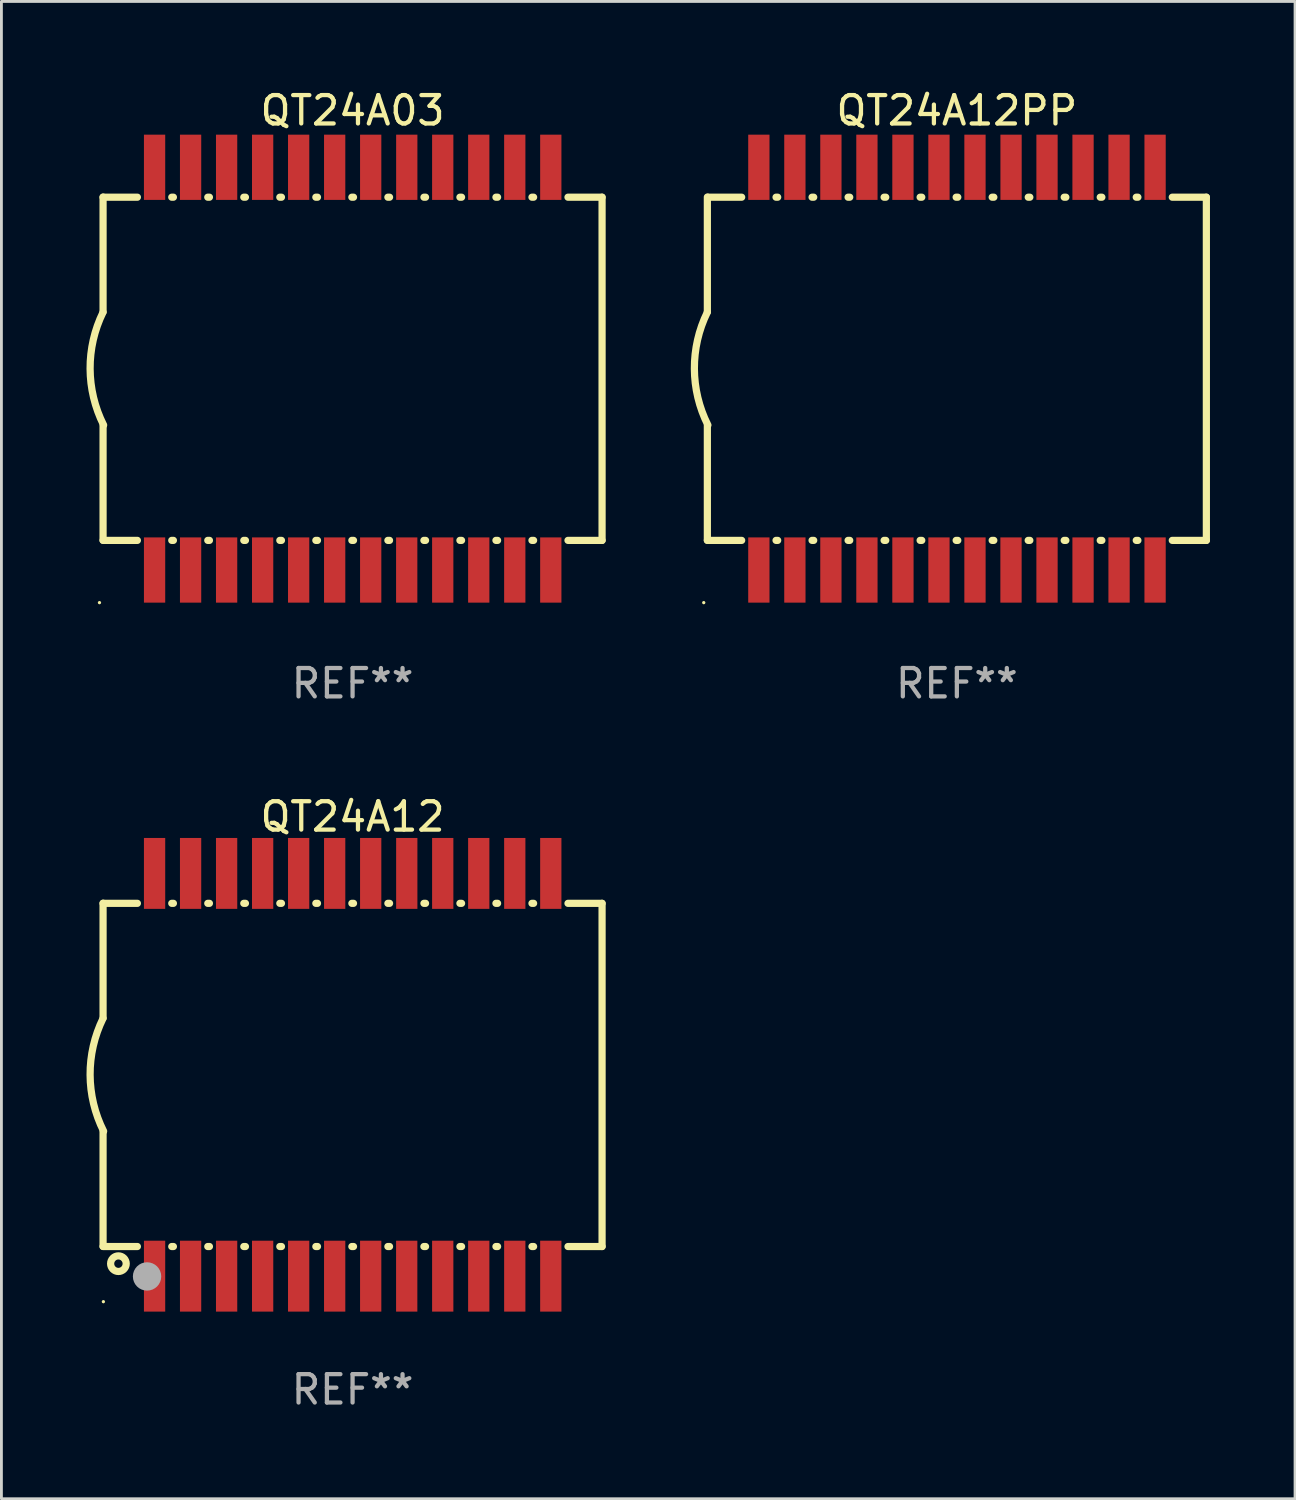
<source format=kicad_pcb>
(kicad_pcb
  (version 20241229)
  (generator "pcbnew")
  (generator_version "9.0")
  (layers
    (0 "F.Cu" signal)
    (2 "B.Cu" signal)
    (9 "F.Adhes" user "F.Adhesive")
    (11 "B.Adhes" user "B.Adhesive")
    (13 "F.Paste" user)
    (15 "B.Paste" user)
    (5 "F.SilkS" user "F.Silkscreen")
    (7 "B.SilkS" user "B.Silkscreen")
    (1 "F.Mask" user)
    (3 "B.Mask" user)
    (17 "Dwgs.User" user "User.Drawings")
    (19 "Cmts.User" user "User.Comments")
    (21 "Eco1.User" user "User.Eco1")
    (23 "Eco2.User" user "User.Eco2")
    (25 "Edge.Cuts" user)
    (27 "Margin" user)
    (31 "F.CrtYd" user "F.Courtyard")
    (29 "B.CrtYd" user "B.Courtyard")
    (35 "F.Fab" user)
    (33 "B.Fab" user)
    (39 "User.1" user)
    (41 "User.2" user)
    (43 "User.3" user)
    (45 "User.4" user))
  (footprint "QT24A12PP"
    (layer "F.Cu")
    (at 30.687 9.948)
    (property "Reference" "QT24A12PP" (at 0 -9.1 0) (layer "F.SilkS") (effects (font (size 1 1) (thickness 0.15))))
    (attr through_hole)
    (fp_line (start -8.797 -6.05) (end -8.797 -2) (stroke (width 0.254) (type solid)) (layer "F.SilkS"))
    (fp_line (start -8.797 6.05) (end -8.797 2) (stroke (width 0.254) (type solid)) (layer "F.SilkS"))
    (fp_line (start -7.587 -6.045) (end -8.77 -6.045) (stroke (width 0.254) (type solid)) (layer "F.SilkS"))
    (fp_line (start -7.587 6.055) (end -8.797 6.055) (stroke (width 0.254) (type solid)) (layer "F.SilkS"))
    (fp_line (start -6.317 -6.045) (end -6.375 -6.045) (stroke (width 0.254) (type solid)) (layer "F.SilkS"))
    (fp_line (start -6.317 6.055) (end -6.375 6.055) (stroke (width 0.254) (type solid)) (layer "F.SilkS"))
    (fp_line (start -5.047 -6.045) (end -5.105 -6.045) (stroke (width 0.254) (type solid)) (layer "F.SilkS"))
    (fp_line (start -5.047 6.055) (end -5.105 6.055) (stroke (width 0.254) (type solid)) (layer "F.SilkS"))
    (fp_line (start -3.777 -6.045) (end -3.835 -6.045) (stroke (width 0.254) (type solid)) (layer "F.SilkS"))
    (fp_line (start -3.777 6.055) (end -3.835 6.055) (stroke (width 0.254) (type solid)) (layer "F.SilkS"))
    (fp_line (start -2.507 -6.045) (end -2.565 -6.045) (stroke (width 0.254) (type solid)) (layer "F.SilkS"))
    (fp_line (start -2.507 6.055) (end -2.565 6.055) (stroke (width 0.254) (type solid)) (layer "F.SilkS"))
    (fp_line (start -1.237 -6.045) (end -1.295 -6.045) (stroke (width 0.254) (type solid)) (layer "F.SilkS"))
    (fp_line (start -1.237 6.055) (end -1.295 6.055) (stroke (width 0.254) (type solid)) (layer "F.SilkS"))
    (fp_line (start 0.033 -6.045) (end -0.025 -6.045) (stroke (width 0.254) (type solid)) (layer "F.SilkS"))
    (fp_line (start 0.033 6.055) (end -0.025 6.055) (stroke (width 0.254) (type solid)) (layer "F.SilkS"))
    (fp_line (start 1.303 6.055) (end 1.245 6.055) (stroke (width 0.254) (type solid)) (layer "F.SilkS"))
    (fp_line (start 1.304 -6.045) (end 1.245 -6.045) (stroke (width 0.254) (type solid)) (layer "F.SilkS"))
    (fp_line (start 2.573 -6.045) (end 2.517 -6.045) (stroke (width 0.254) (type solid)) (layer "F.SilkS"))
    (fp_line (start 2.573 6.055) (end 2.515 6.055) (stroke (width 0.254) (type solid)) (layer "F.SilkS"))
    (fp_line (start 3.843 -6.045) (end 3.785 -6.045) (stroke (width 0.254) (type solid)) (layer "F.SilkS"))
    (fp_line (start 3.843 6.055) (end 3.785 6.055) (stroke (width 0.254) (type solid)) (layer "F.SilkS"))
    (fp_line (start 5.113 -6.045) (end 5.055 -6.045) (stroke (width 0.254) (type solid)) (layer "F.SilkS"))
    (fp_line (start 5.113 6.055) (end 5.055 6.055) (stroke (width 0.254) (type solid)) (layer "F.SilkS"))
    (fp_line (start 6.383 -6.045) (end 6.325 -6.045) (stroke (width 0.254) (type solid)) (layer "F.SilkS"))
    (fp_line (start 6.383 6.055) (end 6.325 6.055) (stroke (width 0.254) (type solid)) (layer "F.SilkS"))
    (fp_line (start 8.797 -6.045) (end 7.595 -6.045) (stroke (width 0.254) (type solid)) (layer "F.SilkS"))
    (fp_line (start 8.797 -6.045) (end 8.797 6.055) (stroke (width 0.254) (type solid)) (layer "F.SilkS"))
    (fp_line (start 8.797 6.055) (end 7.595 6.055) (stroke (width 0.254) (type solid)) (layer "F.SilkS"))
    (fp_arc (start -8.77747 1.989992) (mid -9.254074 0.002344) (end -8.79746 -1.989992) (stroke (width 0.254001) (type solid)) (layer "F.SilkS"))
    (fp_circle (center -8.924 8.25) (end -8.894 8.25) (stroke (width 0.06) (type solid)) (fill no) (layer "F.SilkS"))
    (fp_text user "REF**" (at 0 11.1 0) (layer "F.Fab") (effects (font (size 1 1) (thickness 0.15))))
    (pad "1" smd rect (at -6.981 7.1 90) (size 2.3 0.75) (layers "F.Cu" "F.Mask" "F.Paste"))
    (pad "2" smd rect (at -5.711 7.1 270) (size 2.3 0.75) (layers "F.Cu" "F.Mask" "F.Paste"))
    (pad "3" smd rect (at -4.441 7.1 270) (size 2.3 0.75) (layers "F.Cu" "F.Mask" "F.Paste"))
    (pad "4" smd rect (at -3.171 7.1 270) (size 2.3 0.75) (layers "F.Cu" "F.Mask" "F.Paste"))
    (pad "5" smd rect (at -1.901 7.1 270) (size 2.3 0.75) (layers "F.Cu" "F.Mask" "F.Paste"))
    (pad "6" smd rect (at -0.631 7.1 270) (size 2.3 0.75) (layers "F.Cu" "F.Mask" "F.Paste"))
    (pad "7" smd rect (at 0.639 7.1 270) (size 2.3 0.75) (layers "F.Cu" "F.Mask" "F.Paste"))
    (pad "8" smd rect (at 1.909 7.1 270) (size 2.3 0.75) (layers "F.Cu" "F.Mask" "F.Paste"))
    (pad "9" smd rect (at 3.179 7.1 270) (size 2.3 0.75) (layers "F.Cu" "F.Mask" "F.Paste"))
    (pad "10" smd rect (at 4.449 7.1 270) (size 2.3 0.75) (layers "F.Cu" "F.Mask" "F.Paste"))
    (pad "11" smd rect (at 5.719 7.1 270) (size 2.3 0.75) (layers "F.Cu" "F.Mask" "F.Paste"))
    (pad "12" smd rect (at 6.989 7.1 270) (size 2.3 0.75) (layers "F.Cu" "F.Mask" "F.Paste"))
    (pad "13" smd rect (at 6.989 -7.1 270) (size 2.3 0.75) (layers "F.Cu" "F.Mask" "F.Paste"))
    (pad "14" smd rect (at 5.719 -7.1 270) (size 2.3 0.75) (layers "F.Cu" "F.Mask" "F.Paste"))
    (pad "15" smd rect (at 4.449 -7.1 270) (size 2.3 0.75) (layers "F.Cu" "F.Mask" "F.Paste"))
    (pad "16" smd rect (at 3.179 -7.1 270) (size 2.3 0.75) (layers "F.Cu" "F.Mask" "F.Paste"))
    (pad "17" smd rect (at 1.911 -7.1 270) (size 2.3 0.75) (layers "F.Cu" "F.Mask" "F.Paste"))
    (pad "18" smd rect (at 0.639 -7.1 270) (size 2.3 0.75) (layers "F.Cu" "F.Mask" "F.Paste"))
    (pad "19" smd rect (at -0.631 -7.1 270) (size 2.3 0.75) (layers "F.Cu" "F.Mask" "F.Paste"))
    (pad "20" smd rect (at -1.901 -7.1 270) (size 2.3 0.75) (layers "F.Cu" "F.Mask" "F.Paste"))
    (pad "21" smd rect (at -3.171 -7.1 270) (size 2.3 0.75) (layers "F.Cu" "F.Mask" "F.Paste"))
    (pad "22" smd rect (at -4.441 -7.1 270) (size 2.3 0.75) (layers "F.Cu" "F.Mask" "F.Paste"))
    (pad "23" smd rect (at -5.711 -7.1 270) (size 2.3 0.75) (layers "F.Cu" "F.Mask" "F.Paste"))
    (pad "24" smd rect (at -6.981 -7.1 270) (size 2.3 0.75) (layers "F.Cu" "F.Mask" "F.Paste")))
  (footprint "QT24A12"
    (layer "F.Cu")
    (at 9.381 34.845)
    (property "Reference" "QT24A12" (at 0 -9.1 0) (layer "F.SilkS") (effects (font (size 1 1) (thickness 0.15))))
    (attr through_hole)
    (fp_line (start -8.797 -6.05) (end -8.797 -2) (stroke (width 0.254) (type solid)) (layer "F.SilkS"))
    (fp_line (start -8.797 6.05) (end -8.797 2) (stroke (width 0.254) (type solid)) (layer "F.SilkS"))
    (fp_line (start -7.587 -6.045) (end -8.797 -6.045) (stroke (width 0.254) (type solid)) (layer "F.SilkS"))
    (fp_line (start -7.587 6.055) (end -8.797 6.055) (stroke (width 0.254) (type solid)) (layer "F.SilkS"))
    (fp_line (start -6.317 -6.045) (end -6.375 -6.045) (stroke (width 0.254) (type solid)) (layer "F.SilkS"))
    (fp_line (start -6.317 6.055) (end -6.375 6.055) (stroke (width 0.254) (type solid)) (layer "F.SilkS"))
    (fp_line (start -5.047 -6.045) (end -5.105 -6.045) (stroke (width 0.254) (type solid)) (layer "F.SilkS"))
    (fp_line (start -5.047 6.055) (end -5.105 6.055) (stroke (width 0.254) (type solid)) (layer "F.SilkS"))
    (fp_line (start -3.777 -6.045) (end -3.835 -6.045) (stroke (width 0.254) (type solid)) (layer "F.SilkS"))
    (fp_line (start -3.777 6.055) (end -3.835 6.055) (stroke (width 0.254) (type solid)) (layer "F.SilkS"))
    (fp_line (start -2.507 -6.045) (end -2.565 -6.045) (stroke (width 0.254) (type solid)) (layer "F.SilkS"))
    (fp_line (start -2.507 6.055) (end -2.565 6.055) (stroke (width 0.254) (type solid)) (layer "F.SilkS"))
    (fp_line (start -1.237 -6.045) (end -1.295 -6.045) (stroke (width 0.254) (type solid)) (layer "F.SilkS"))
    (fp_line (start -1.237 6.055) (end -1.295 6.055) (stroke (width 0.254) (type solid)) (layer "F.SilkS"))
    (fp_line (start 0.033 -6.045) (end -0.025 -6.045) (stroke (width 0.254) (type solid)) (layer "F.SilkS"))
    (fp_line (start 0.033 6.055) (end -0.025 6.055) (stroke (width 0.254) (type solid)) (layer "F.SilkS"))
    (fp_line (start 1.303 6.055) (end 1.245 6.055) (stroke (width 0.254) (type solid)) (layer "F.SilkS"))
    (fp_line (start 1.304 -6.045) (end 1.245 -6.045) (stroke (width 0.254) (type solid)) (layer "F.SilkS"))
    (fp_line (start 2.573 -6.045) (end 2.517 -6.045) (stroke (width 0.254) (type solid)) (layer "F.SilkS"))
    (fp_line (start 2.573 6.055) (end 2.515 6.055) (stroke (width 0.254) (type solid)) (layer "F.SilkS"))
    (fp_line (start 3.843 -6.045) (end 3.785 -6.045) (stroke (width 0.254) (type solid)) (layer "F.SilkS"))
    (fp_line (start 3.843 6.055) (end 3.785 6.055) (stroke (width 0.254) (type solid)) (layer "F.SilkS"))
    (fp_line (start 5.113 -6.045) (end 5.055 -6.045) (stroke (width 0.254) (type solid)) (layer "F.SilkS"))
    (fp_line (start 5.113 6.055) (end 5.055 6.055) (stroke (width 0.254) (type solid)) (layer "F.SilkS"))
    (fp_line (start 6.383 -6.045) (end 6.325 -6.045) (stroke (width 0.254) (type solid)) (layer "F.SilkS"))
    (fp_line (start 6.383 6.055) (end 6.325 6.055) (stroke (width 0.254) (type solid)) (layer "F.SilkS"))
    (fp_line (start 8.797 -6.045) (end 7.595 -6.045) (stroke (width 0.254) (type solid)) (layer "F.SilkS"))
    (fp_line (start 8.797 -6.045) (end 8.797 6.055) (stroke (width 0.254) (type solid)) (layer "F.SilkS"))
    (fp_line (start 8.797 6.055) (end 7.595 6.055) (stroke (width 0.254) (type solid)) (layer "F.SilkS"))
    (fp_arc (start -8.77747 1.989992) (mid -9.254074 0.002344) (end -8.79746 -1.989992) (stroke (width 0.254001) (type solid)) (layer "F.SilkS"))
    (fp_circle (center -8.786 8) (end -8.756 8) (stroke (width 0.06) (type solid)) (fill no) (layer "F.SilkS"))
    (fp_circle (center -8.256 6.66) (end -7.981 6.66) (stroke (width 0.254) (type solid)) (fill no) (layer "F.SilkS"))
    (fp_circle (center -7.246 7.11) (end -6.996 7.11) (stroke (width 0.5) (type solid)) (fill no) (layer "F.Fab"))
    (fp_text user "REF**" (at 0 11.1 0) (layer "F.Fab") (effects (font (size 1 1) (thickness 0.15))))
    (pad "1" smd rect (at -6.981 7.1 90) (size 2.5 0.75) (layers "F.Cu" "F.Mask" "F.Paste"))
    (pad "2" smd rect (at -5.711 7.1 270) (size 2.5 0.75) (layers "F.Cu" "F.Mask" "F.Paste"))
    (pad "3" smd rect (at -4.441 7.1 270) (size 2.5 0.75) (layers "F.Cu" "F.Mask" "F.Paste"))
    (pad "4" smd rect (at -3.171 7.1 270) (size 2.5 0.75) (layers "F.Cu" "F.Mask" "F.Paste"))
    (pad "5" smd rect (at -1.901 7.1 270) (size 2.5 0.75) (layers "F.Cu" "F.Mask" "F.Paste"))
    (pad "6" smd rect (at -0.631 7.1 270) (size 2.5 0.75) (layers "F.Cu" "F.Mask" "F.Paste"))
    (pad "7" smd rect (at 0.639 7.1 270) (size 2.5 0.75) (layers "F.Cu" "F.Mask" "F.Paste"))
    (pad "8" smd rect (at 1.909 7.1 270) (size 2.5 0.75) (layers "F.Cu" "F.Mask" "F.Paste"))
    (pad "9" smd rect (at 3.179 7.1 270) (size 2.5 0.75) (layers "F.Cu" "F.Mask" "F.Paste"))
    (pad "10" smd rect (at 4.449 7.1 270) (size 2.5 0.75) (layers "F.Cu" "F.Mask" "F.Paste"))
    (pad "11" smd rect (at 5.719 7.1 270) (size 2.5 0.75) (layers "F.Cu" "F.Mask" "F.Paste"))
    (pad "12" smd rect (at 6.989 7.1 270) (size 2.5 0.75) (layers "F.Cu" "F.Mask" "F.Paste"))
    (pad "13" smd rect (at 6.989 -7.1 270) (size 2.5 0.75) (layers "F.Cu" "F.Mask" "F.Paste"))
    (pad "14" smd rect (at 5.719 -7.1 270) (size 2.5 0.75) (layers "F.Cu" "F.Mask" "F.Paste"))
    (pad "15" smd rect (at 4.449 -7.1 270) (size 2.5 0.75) (layers "F.Cu" "F.Mask" "F.Paste"))
    (pad "16" smd rect (at 3.179 -7.1 270) (size 2.5 0.75) (layers "F.Cu" "F.Mask" "F.Paste"))
    (pad "17" smd rect (at 1.911 -7.1 270) (size 2.5 0.75) (layers "F.Cu" "F.Mask" "F.Paste"))
    (pad "18" smd rect (at 0.639 -7.1 270) (size 2.5 0.75) (layers "F.Cu" "F.Mask" "F.Paste"))
    (pad "19" smd rect (at -0.631 -7.1 270) (size 2.5 0.75) (layers "F.Cu" "F.Mask" "F.Paste"))
    (pad "20" smd rect (at -1.901 -7.1 270) (size 2.5 0.75) (layers "F.Cu" "F.Mask" "F.Paste"))
    (pad "21" smd rect (at -3.171 -7.1 270) (size 2.5 0.75) (layers "F.Cu" "F.Mask" "F.Paste"))
    (pad "22" smd rect (at -4.441 -7.1 270) (size 2.5 0.75) (layers "F.Cu" "F.Mask" "F.Paste"))
    (pad "23" smd rect (at -5.711 -7.1 270) (size 2.5 0.75) (layers "F.Cu" "F.Mask" "F.Paste"))
    (pad "24" smd rect (at -6.981 -7.1 270) (size 2.5 0.75) (layers "F.Cu" "F.Mask" "F.Paste")))
  (footprint "QT24A03"
    (layer "F.Cu")
    (at 9.381 9.948)
    (property "Reference" "QT24A03" (at 0 -9.1 0) (layer "F.SilkS") (effects (font (size 1 1) (thickness 0.15))))
    (attr through_hole)
    (fp_line (start -8.797 -6.05) (end -8.797 -2) (stroke (width 0.254) (type solid)) (layer "F.SilkS"))
    (fp_line (start -8.797 6.05) (end -8.797 2) (stroke (width 0.254) (type solid)) (layer "F.SilkS"))
    (fp_line (start -7.587 -6.045) (end -8.797 -6.045) (stroke (width 0.254) (type solid)) (layer "F.SilkS"))
    (fp_line (start -7.587 6.055) (end -8.797 6.055) (stroke (width 0.254) (type solid)) (layer "F.SilkS"))
    (fp_line (start -6.317 -6.045) (end -6.375 -6.045) (stroke (width 0.254) (type solid)) (layer "F.SilkS"))
    (fp_line (start -6.317 6.055) (end -6.375 6.055) (stroke (width 0.254) (type solid)) (layer "F.SilkS"))
    (fp_line (start -5.047 -6.045) (end -5.105 -6.045) (stroke (width 0.254) (type solid)) (layer "F.SilkS"))
    (fp_line (start -5.047 6.055) (end -5.105 6.055) (stroke (width 0.254) (type solid)) (layer "F.SilkS"))
    (fp_line (start -3.777 -6.045) (end -3.835 -6.045) (stroke (width 0.254) (type solid)) (layer "F.SilkS"))
    (fp_line (start -3.777 6.055) (end -3.835 6.055) (stroke (width 0.254) (type solid)) (layer "F.SilkS"))
    (fp_line (start -2.507 -6.045) (end -2.565 -6.045) (stroke (width 0.254) (type solid)) (layer "F.SilkS"))
    (fp_line (start -2.507 6.055) (end -2.565 6.055) (stroke (width 0.254) (type solid)) (layer "F.SilkS"))
    (fp_line (start -1.237 -6.045) (end -1.295 -6.045) (stroke (width 0.254) (type solid)) (layer "F.SilkS"))
    (fp_line (start -1.237 6.055) (end -1.295 6.055) (stroke (width 0.254) (type solid)) (layer "F.SilkS"))
    (fp_line (start 0.033 -6.045) (end -0.025 -6.045) (stroke (width 0.254) (type solid)) (layer "F.SilkS"))
    (fp_line (start 0.033 6.055) (end -0.025 6.055) (stroke (width 0.254) (type solid)) (layer "F.SilkS"))
    (fp_line (start 1.303 6.055) (end 1.245 6.055) (stroke (width 0.254) (type solid)) (layer "F.SilkS"))
    (fp_line (start 1.304 -6.045) (end 1.245 -6.045) (stroke (width 0.254) (type solid)) (layer "F.SilkS"))
    (fp_line (start 2.573 -6.045) (end 2.517 -6.045) (stroke (width 0.254) (type solid)) (layer "F.SilkS"))
    (fp_line (start 2.573 6.055) (end 2.515 6.055) (stroke (width 0.254) (type solid)) (layer "F.SilkS"))
    (fp_line (start 3.843 -6.045) (end 3.785 -6.045) (stroke (width 0.254) (type solid)) (layer "F.SilkS"))
    (fp_line (start 3.843 6.055) (end 3.785 6.055) (stroke (width 0.254) (type solid)) (layer "F.SilkS"))
    (fp_line (start 5.113 -6.045) (end 5.055 -6.045) (stroke (width 0.254) (type solid)) (layer "F.SilkS"))
    (fp_line (start 5.113 6.055) (end 5.055 6.055) (stroke (width 0.254) (type solid)) (layer "F.SilkS"))
    (fp_line (start 6.383 -6.045) (end 6.325 -6.045) (stroke (width 0.254) (type solid)) (layer "F.SilkS"))
    (fp_line (start 6.383 6.055) (end 6.325 6.055) (stroke (width 0.254) (type solid)) (layer "F.SilkS"))
    (fp_line (start 8.797 -6.045) (end 7.595 -6.045) (stroke (width 0.254) (type solid)) (layer "F.SilkS"))
    (fp_line (start 8.797 -6.045) (end 8.797 6.055) (stroke (width 0.254) (type solid)) (layer "F.SilkS"))
    (fp_line (start 8.797 6.055) (end 7.595 6.055) (stroke (width 0.254) (type solid)) (layer "F.SilkS"))
    (fp_arc (start -8.77747 1.989992) (mid -9.254074 0.002344) (end -8.79746 -1.989992) (stroke (width 0.254001) (type solid)) (layer "F.SilkS"))
    (fp_circle (center -8.924 8.25) (end -8.894 8.25) (stroke (width 0.06) (type solid)) (fill no) (layer "F.SilkS"))
    (fp_text user "REF**" (at 0 11.1 0) (layer "F.Fab") (effects (font (size 1 1) (thickness 0.15))))
    (pad "1" smd rect (at -6.981 7.1 90) (size 2.3 0.75) (layers "F.Cu" "F.Mask" "F.Paste"))
    (pad "2" smd rect (at -5.711 7.1 270) (size 2.3 0.75) (layers "F.Cu" "F.Mask" "F.Paste"))
    (pad "3" smd rect (at -4.441 7.1 270) (size 2.3 0.75) (layers "F.Cu" "F.Mask" "F.Paste"))
    (pad "4" smd rect (at -3.171 7.1 270) (size 2.3 0.75) (layers "F.Cu" "F.Mask" "F.Paste"))
    (pad "5" smd rect (at -1.901 7.1 270) (size 2.3 0.75) (layers "F.Cu" "F.Mask" "F.Paste"))
    (pad "6" smd rect (at -0.631 7.1 270) (size 2.3 0.75) (layers "F.Cu" "F.Mask" "F.Paste"))
    (pad "7" smd rect (at 0.639 7.1 270) (size 2.3 0.75) (layers "F.Cu" "F.Mask" "F.Paste"))
    (pad "8" smd rect (at 1.909 7.1 270) (size 2.3 0.75) (layers "F.Cu" "F.Mask" "F.Paste"))
    (pad "9" smd rect (at 3.179 7.1 270) (size 2.3 0.75) (layers "F.Cu" "F.Mask" "F.Paste"))
    (pad "10" smd rect (at 4.449 7.1 270) (size 2.3 0.75) (layers "F.Cu" "F.Mask" "F.Paste"))
    (pad "11" smd rect (at 5.719 7.1 270) (size 2.3 0.75) (layers "F.Cu" "F.Mask" "F.Paste"))
    (pad "12" smd rect (at 6.989 7.1 270) (size 2.3 0.75) (layers "F.Cu" "F.Mask" "F.Paste"))
    (pad "13" smd rect (at 6.989 -7.1 270) (size 2.3 0.75) (layers "F.Cu" "F.Mask" "F.Paste"))
    (pad "14" smd rect (at 5.719 -7.1 270) (size 2.3 0.75) (layers "F.Cu" "F.Mask" "F.Paste"))
    (pad "15" smd rect (at 4.449 -7.1 270) (size 2.3 0.75) (layers "F.Cu" "F.Mask" "F.Paste"))
    (pad "16" smd rect (at 3.179 -7.1 270) (size 2.3 0.75) (layers "F.Cu" "F.Mask" "F.Paste"))
    (pad "17" smd rect (at 1.911 -7.1 270) (size 2.3 0.75) (layers "F.Cu" "F.Mask" "F.Paste"))
    (pad "18" smd rect (at 0.639 -7.1 270) (size 2.3 0.75) (layers "F.Cu" "F.Mask" "F.Paste"))
    (pad "19" smd rect (at -0.631 -7.1 270) (size 2.3 0.75) (layers "F.Cu" "F.Mask" "F.Paste"))
    (pad "20" smd rect (at -1.901 -7.1 270) (size 2.3 0.75) (layers "F.Cu" "F.Mask" "F.Paste"))
    (pad "21" smd rect (at -3.171 -7.1 270) (size 2.3 0.75) (layers "F.Cu" "F.Mask" "F.Paste"))
    (pad "22" smd rect (at -4.441 -7.1 270) (size 2.3 0.75) (layers "F.Cu" "F.Mask" "F.Paste"))
    (pad "23" smd rect (at -5.711 -7.1 270) (size 2.3 0.75) (layers "F.Cu" "F.Mask" "F.Paste"))
    (pad "24" smd rect (at -6.981 -7.1 270) (size 2.3 0.75) (layers "F.Cu" "F.Mask" "F.Paste")))
  (gr_rect
    (start -3 -3)
    (end 42.611 49.793)
    (stroke (width 0.1) (type default))
    (fill no)
    (layer "Edge.Cuts")))
</source>
